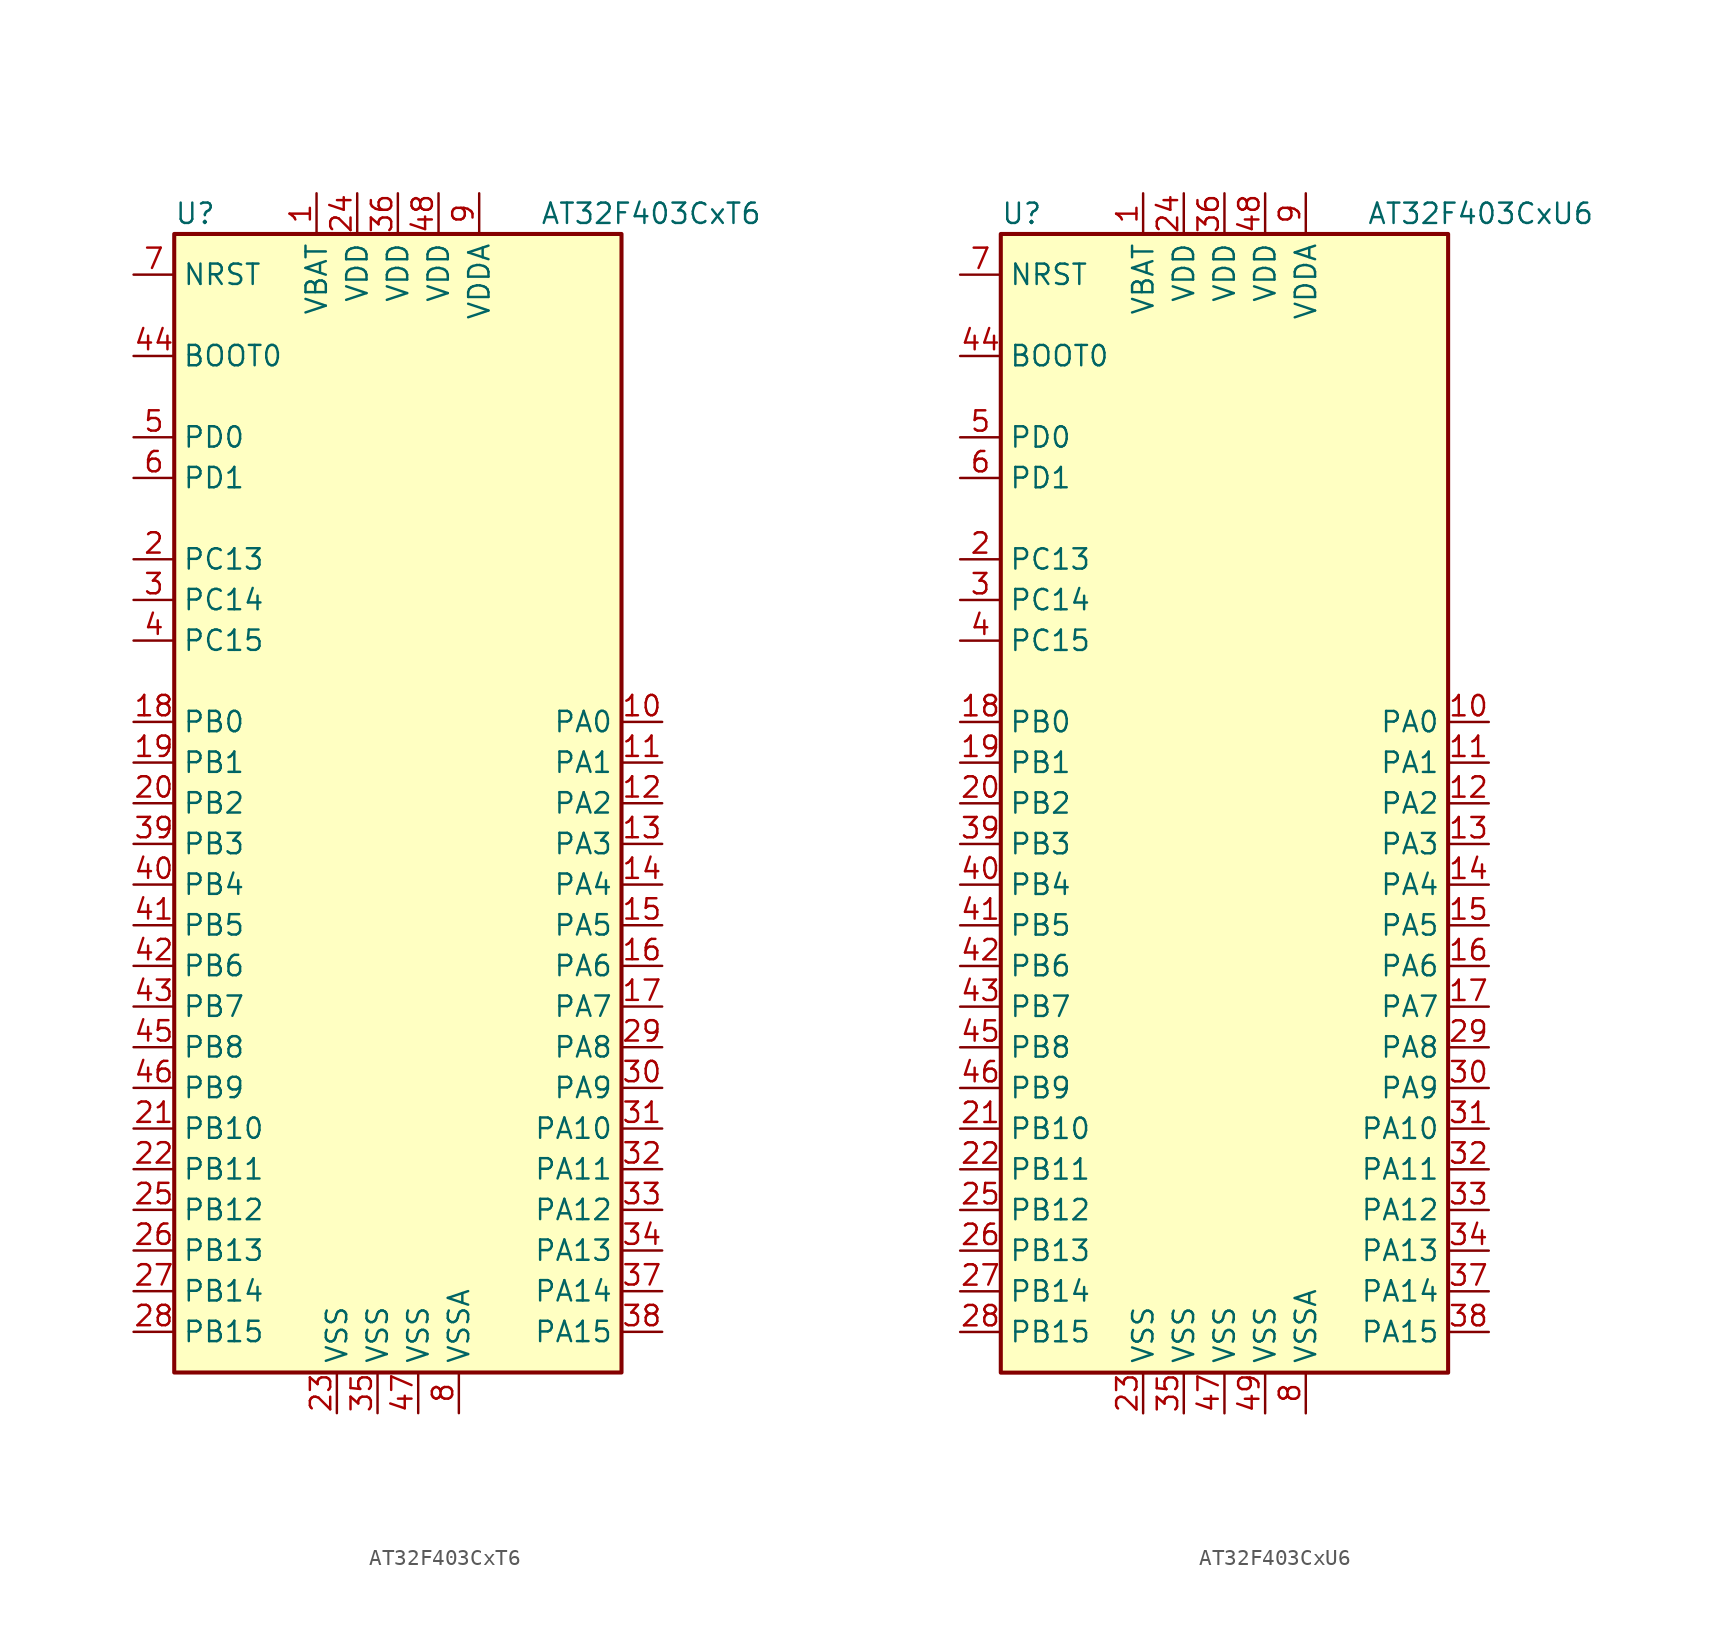
<source format=kicad_sym>
(kicad_symbol_lib
  (version 20220331)
  (generator kicad_symbol_editor)
  (symbol "AT32F403CxT6"
    (property "Reference" "U"
      (at -13.97 36.83 0)
      (effects (font (size 1.27 1.27)) (justify left)))
    (property "Value" "AT32F403CxT6"
      (at 8.89 36.83 0)
      (effects (font (size 1.27 1.27)) (justify left)))
    (symbol "AT32F403CxT6_0_1"
      (rectangle (start -13.97 -35.56) (end 13.97 35.56) (stroke (width 0.254) (type default)) (fill (type background))))
    (symbol "AT32F403CxT6_1_1"
      (pin power_in line (at -5.08 38.1 270) (length 2.54) (name "VBAT" (effects (font (size 1.27 1.27)))) (number "1" (effects (font (size 1.27 1.27)))))
      (pin bidirectional line (at 16.51 5.08 180) (length 2.54) (name "PA0" (effects (font (size 1.27 1.27)))) (number "10" (effects (font (size 1.27 1.27)))))
      (pin bidirectional line (at 16.51 2.54 180) (length 2.54) (name "PA1" (effects (font (size 1.27 1.27)))) (number "11" (effects (font (size 1.27 1.27)))))
      (pin bidirectional line (at 16.51 0 180) (length 2.54) (name "PA2" (effects (font (size 1.27 1.27)))) (number "12" (effects (font (size 1.27 1.27)))))
      (pin bidirectional line (at 16.51 -2.54 180) (length 2.54) (name "PA3" (effects (font (size 1.27 1.27)))) (number "13" (effects (font (size 1.27 1.27)))))
      (pin bidirectional line (at 16.51 -5.08 180) (length 2.54) (name "PA4" (effects (font (size 1.27 1.27)))) (number "14" (effects (font (size 1.27 1.27)))))
      (pin bidirectional line (at 16.51 -7.62 180) (length 2.54) (name "PA5" (effects (font (size 1.27 1.27)))) (number "15" (effects (font (size 1.27 1.27)))))
      (pin bidirectional line (at 16.51 -10.16 180) (length 2.54) (name "PA6" (effects (font (size 1.27 1.27)))) (number "16" (effects (font (size 1.27 1.27)))))
      (pin bidirectional line (at 16.51 -12.7 180) (length 2.54) (name "PA7" (effects (font (size 1.27 1.27)))) (number "17" (effects (font (size 1.27 1.27)))))
      (pin bidirectional line (at -16.51 5.08 0) (length 2.54) (name "PB0" (effects (font (size 1.27 1.27)))) (number "18" (effects (font (size 1.27 1.27)))))
      (pin bidirectional line (at -16.51 2.54 0) (length 2.54) (name "PB1" (effects (font (size 1.27 1.27)))) (number "19" (effects (font (size 1.27 1.27)))))
      (pin bidirectional line (at -16.51 15.24 0) (length 2.54) (name "PC13" (effects (font (size 1.27 1.27)))) (number "2" (effects (font (size 1.27 1.27)))))
      (pin bidirectional line (at -16.51 0 0) (length 2.54) (name "PB2" (effects (font (size 1.27 1.27)))) (number "20" (effects (font (size 1.27 1.27)))))
      (pin bidirectional line (at -16.51 -20.32 0) (length 2.54) (name "PB10" (effects (font (size 1.27 1.27)))) (number "21" (effects (font (size 1.27 1.27)))))
      (pin bidirectional line (at -16.51 -22.86 0) (length 2.54) (name "PB11" (effects (font (size 1.27 1.27)))) (number "22" (effects (font (size 1.27 1.27)))))
      (pin power_in line (at -3.81 -38.1 90) (length 2.54) (name "VSS" (effects (font (size 1.27 1.27)))) (number "23" (effects (font (size 1.27 1.27)))))
      (pin power_in line (at -2.54 38.1 270) (length 2.54) (name "VDD" (effects (font (size 1.27 1.27)))) (number "24" (effects (font (size 1.27 1.27)))))
      (pin bidirectional line (at -16.51 -25.4 0) (length 2.54) (name "PB12" (effects (font (size 1.27 1.27)))) (number "25" (effects (font (size 1.27 1.27)))))
      (pin bidirectional line (at -16.51 -27.94 0) (length 2.54) (name "PB13" (effects (font (size 1.27 1.27)))) (number "26" (effects (font (size 1.27 1.27)))))
      (pin bidirectional line (at -16.51 -30.48 0) (length 2.54) (name "PB14" (effects (font (size 1.27 1.27)))) (number "27" (effects (font (size 1.27 1.27)))))
      (pin bidirectional line (at -16.51 -33.02 0) (length 2.54) (name "PB15" (effects (font (size 1.27 1.27)))) (number "28" (effects (font (size 1.27 1.27)))))
      (pin bidirectional line (at 16.51 -15.24 180) (length 2.54) (name "PA8" (effects (font (size 1.27 1.27)))) (number "29" (effects (font (size 1.27 1.27)))))
      (pin bidirectional line (at -16.51 12.7 0) (length 2.54) (name "PC14" (effects (font (size 1.27 1.27)))) (number "3" (effects (font (size 1.27 1.27)))))
      (pin bidirectional line (at 16.51 -17.78 180) (length 2.54) (name "PA9" (effects (font (size 1.27 1.27)))) (number "30" (effects (font (size 1.27 1.27)))))
      (pin bidirectional line (at 16.51 -20.32 180) (length 2.54) (name "PA10" (effects (font (size 1.27 1.27)))) (number "31" (effects (font (size 1.27 1.27)))))
      (pin bidirectional line (at 16.51 -22.86 180) (length 2.54) (name "PA11" (effects (font (size 1.27 1.27)))) (number "32" (effects (font (size 1.27 1.27)))))
      (pin bidirectional line (at 16.51 -25.4 180) (length 2.54) (name "PA12" (effects (font (size 1.27 1.27)))) (number "33" (effects (font (size 1.27 1.27)))))
      (pin bidirectional line (at 16.51 -27.94 180) (length 2.54) (name "PA13" (effects (font (size 1.27 1.27)))) (number "34" (effects (font (size 1.27 1.27)))))
      (pin power_in line (at -1.27 -38.1 90) (length 2.54) (name "VSS" (effects (font (size 1.27 1.27)))) (number "35" (effects (font (size 1.27 1.27)))))
      (pin power_in line (at 0 38.1 270) (length 2.54) (name "VDD" (effects (font (size 1.27 1.27)))) (number "36" (effects (font (size 1.27 1.27)))))
      (pin bidirectional line (at 16.51 -30.48 180) (length 2.54) (name "PA14" (effects (font (size 1.27 1.27)))) (number "37" (effects (font (size 1.27 1.27)))))
      (pin bidirectional line (at 16.51 -33.02 180) (length 2.54) (name "PA15" (effects (font (size 1.27 1.27)))) (number "38" (effects (font (size 1.27 1.27)))))
      (pin bidirectional line (at -16.51 -2.54 0) (length 2.54) (name "PB3" (effects (font (size 1.27 1.27)))) (number "39" (effects (font (size 1.27 1.27)))))
      (pin bidirectional line (at -16.51 10.16 0) (length 2.54) (name "PC15" (effects (font (size 1.27 1.27)))) (number "4" (effects (font (size 1.27 1.27)))))
      (pin bidirectional line (at -16.51 -5.08 0) (length 2.54) (name "PB4" (effects (font (size 1.27 1.27)))) (number "40" (effects (font (size 1.27 1.27)))))
      (pin bidirectional line (at -16.51 -7.62 0) (length 2.54) (name "PB5" (effects (font (size 1.27 1.27)))) (number "41" (effects (font (size 1.27 1.27)))))
      (pin bidirectional line (at -16.51 -10.16 0) (length 2.54) (name "PB6" (effects (font (size 1.27 1.27)))) (number "42" (effects (font (size 1.27 1.27)))))
      (pin bidirectional line (at -16.51 -12.7 0) (length 2.54) (name "PB7" (effects (font (size 1.27 1.27)))) (number "43" (effects (font (size 1.27 1.27)))))
      (pin input line (at -16.51 27.94 0) (length 2.54) (name "BOOT0" (effects (font (size 1.27 1.27)))) (number "44" (effects (font (size 1.27 1.27)))))
      (pin bidirectional line (at -16.51 -15.24 0) (length 2.54) (name "PB8" (effects (font (size 1.27 1.27)))) (number "45" (effects (font (size 1.27 1.27)))))
      (pin bidirectional line (at -16.51 -17.78 0) (length 2.54) (name "PB9" (effects (font (size 1.27 1.27)))) (number "46" (effects (font (size 1.27 1.27)))))
      (pin power_in line (at 1.27 -38.1 90) (length 2.54) (name "VSS" (effects (font (size 1.27 1.27)))) (number "47" (effects (font (size 1.27 1.27)))))
      (pin power_in line (at 2.54 38.1 270) (length 2.54) (name "VDD" (effects (font (size 1.27 1.27)))) (number "48" (effects (font (size 1.27 1.27)))))
      (pin input line (at -16.51 22.86 0) (length 2.54) (name "PD0" (effects (font (size 1.27 1.27)))) (number "5" (effects (font (size 1.27 1.27)))))
      (pin input line (at -16.51 20.32 0) (length 2.54) (name "PD1" (effects (font (size 1.27 1.27)))) (number "6" (effects (font (size 1.27 1.27)))))
      (pin input line (at -16.51 33.02 0) (length 2.54) (name "NRST" (effects (font (size 1.27 1.27)))) (number "7" (effects (font (size 1.27 1.27)))))
      (pin power_in line (at 3.81 -38.1 90) (length 2.54) (name "VSSA" (effects (font (size 1.27 1.27)))) (number "8" (effects (font (size 1.27 1.27)))))
      (pin power_in line (at 5.08 38.1 270) (length 2.54) (name "VDDA" (effects (font (size 1.27 1.27)))) (number "9" (effects (font (size 1.27 1.27)))))))
  (symbol "AT32F403CxU6"
    (property "Reference" "U"
      (at -13.97 36.83 0)
      (effects (font (size 1.27 1.27)) (justify left)))
    (property "Value" "AT32F403CxU6"
      (at 8.89 36.83 0)
      (effects (font (size 1.27 1.27)) (justify left)))
    (symbol "AT32F403CxU6_0_1"
      (rectangle (start -13.97 -35.56) (end 13.97 35.56) (stroke (width 0.254) (type default)) (fill (type background))))
    (symbol "AT32F403CxU6_1_1"
      (pin power_in line (at -5.08 38.1 270) (length 2.54) (name "VBAT" (effects (font (size 1.27 1.27)))) (number "1" (effects (font (size 1.27 1.27)))))
      (pin bidirectional line (at 16.51 5.08 180) (length 2.54) (name "PA0" (effects (font (size 1.27 1.27)))) (number "10" (effects (font (size 1.27 1.27)))))
      (pin bidirectional line (at 16.51 2.54 180) (length 2.54) (name "PA1" (effects (font (size 1.27 1.27)))) (number "11" (effects (font (size 1.27 1.27)))))
      (pin bidirectional line (at 16.51 0 180) (length 2.54) (name "PA2" (effects (font (size 1.27 1.27)))) (number "12" (effects (font (size 1.27 1.27)))))
      (pin bidirectional line (at 16.51 -2.54 180) (length 2.54) (name "PA3" (effects (font (size 1.27 1.27)))) (number "13" (effects (font (size 1.27 1.27)))))
      (pin bidirectional line (at 16.51 -5.08 180) (length 2.54) (name "PA4" (effects (font (size 1.27 1.27)))) (number "14" (effects (font (size 1.27 1.27)))))
      (pin bidirectional line (at 16.51 -7.62 180) (length 2.54) (name "PA5" (effects (font (size 1.27 1.27)))) (number "15" (effects (font (size 1.27 1.27)))))
      (pin bidirectional line (at 16.51 -10.16 180) (length 2.54) (name "PA6" (effects (font (size 1.27 1.27)))) (number "16" (effects (font (size 1.27 1.27)))))
      (pin bidirectional line (at 16.51 -12.7 180) (length 2.54) (name "PA7" (effects (font (size 1.27 1.27)))) (number "17" (effects (font (size 1.27 1.27)))))
      (pin bidirectional line (at -16.51 5.08 0) (length 2.54) (name "PB0" (effects (font (size 1.27 1.27)))) (number "18" (effects (font (size 1.27 1.27)))))
      (pin bidirectional line (at -16.51 2.54 0) (length 2.54) (name "PB1" (effects (font (size 1.27 1.27)))) (number "19" (effects (font (size 1.27 1.27)))))
      (pin bidirectional line (at -16.51 15.24 0) (length 2.54) (name "PC13" (effects (font (size 1.27 1.27)))) (number "2" (effects (font (size 1.27 1.27)))))
      (pin bidirectional line (at -16.51 0 0) (length 2.54) (name "PB2" (effects (font (size 1.27 1.27)))) (number "20" (effects (font (size 1.27 1.27)))))
      (pin bidirectional line (at -16.51 -20.32 0) (length 2.54) (name "PB10" (effects (font (size 1.27 1.27)))) (number "21" (effects (font (size 1.27 1.27)))))
      (pin bidirectional line (at -16.51 -22.86 0) (length 2.54) (name "PB11" (effects (font (size 1.27 1.27)))) (number "22" (effects (font (size 1.27 1.27)))))
      (pin power_in line (at -5.08 -38.1 90) (length 2.54) (name "VSS" (effects (font (size 1.27 1.27)))) (number "23" (effects (font (size 1.27 1.27)))))
      (pin power_in line (at -2.54 38.1 270) (length 2.54) (name "VDD" (effects (font (size 1.27 1.27)))) (number "24" (effects (font (size 1.27 1.27)))))
      (pin bidirectional line (at -16.51 -25.4 0) (length 2.54) (name "PB12" (effects (font (size 1.27 1.27)))) (number "25" (effects (font (size 1.27 1.27)))))
      (pin bidirectional line (at -16.51 -27.94 0) (length 2.54) (name "PB13" (effects (font (size 1.27 1.27)))) (number "26" (effects (font (size 1.27 1.27)))))
      (pin bidirectional line (at -16.51 -30.48 0) (length 2.54) (name "PB14" (effects (font (size 1.27 1.27)))) (number "27" (effects (font (size 1.27 1.27)))))
      (pin bidirectional line (at -16.51 -33.02 0) (length 2.54) (name "PB15" (effects (font (size 1.27 1.27)))) (number "28" (effects (font (size 1.27 1.27)))))
      (pin bidirectional line (at 16.51 -15.24 180) (length 2.54) (name "PA8" (effects (font (size 1.27 1.27)))) (number "29" (effects (font (size 1.27 1.27)))))
      (pin bidirectional line (at -16.51 12.7 0) (length 2.54) (name "PC14" (effects (font (size 1.27 1.27)))) (number "3" (effects (font (size 1.27 1.27)))))
      (pin bidirectional line (at 16.51 -17.78 180) (length 2.54) (name "PA9" (effects (font (size 1.27 1.27)))) (number "30" (effects (font (size 1.27 1.27)))))
      (pin bidirectional line (at 16.51 -20.32 180) (length 2.54) (name "PA10" (effects (font (size 1.27 1.27)))) (number "31" (effects (font (size 1.27 1.27)))))
      (pin bidirectional line (at 16.51 -22.86 180) (length 2.54) (name "PA11" (effects (font (size 1.27 1.27)))) (number "32" (effects (font (size 1.27 1.27)))))
      (pin bidirectional line (at 16.51 -25.4 180) (length 2.54) (name "PA12" (effects (font (size 1.27 1.27)))) (number "33" (effects (font (size 1.27 1.27)))))
      (pin bidirectional line (at 16.51 -27.94 180) (length 2.54) (name "PA13" (effects (font (size 1.27 1.27)))) (number "34" (effects (font (size 1.27 1.27)))))
      (pin power_in line (at -2.54 -38.1 90) (length 2.54) (name "VSS" (effects (font (size 1.27 1.27)))) (number "35" (effects (font (size 1.27 1.27)))))
      (pin power_in line (at 0 38.1 270) (length 2.54) (name "VDD" (effects (font (size 1.27 1.27)))) (number "36" (effects (font (size 1.27 1.27)))))
      (pin bidirectional line (at 16.51 -30.48 180) (length 2.54) (name "PA14" (effects (font (size 1.27 1.27)))) (number "37" (effects (font (size 1.27 1.27)))))
      (pin bidirectional line (at 16.51 -33.02 180) (length 2.54) (name "PA15" (effects (font (size 1.27 1.27)))) (number "38" (effects (font (size 1.27 1.27)))))
      (pin bidirectional line (at -16.51 -2.54 0) (length 2.54) (name "PB3" (effects (font (size 1.27 1.27)))) (number "39" (effects (font (size 1.27 1.27)))))
      (pin bidirectional line (at -16.51 10.16 0) (length 2.54) (name "PC15" (effects (font (size 1.27 1.27)))) (number "4" (effects (font (size 1.27 1.27)))))
      (pin bidirectional line (at -16.51 -5.08 0) (length 2.54) (name "PB4" (effects (font (size 1.27 1.27)))) (number "40" (effects (font (size 1.27 1.27)))))
      (pin bidirectional line (at -16.51 -7.62 0) (length 2.54) (name "PB5" (effects (font (size 1.27 1.27)))) (number "41" (effects (font (size 1.27 1.27)))))
      (pin bidirectional line (at -16.51 -10.16 0) (length 2.54) (name "PB6" (effects (font (size 1.27 1.27)))) (number "42" (effects (font (size 1.27 1.27)))))
      (pin bidirectional line (at -16.51 -12.7 0) (length 2.54) (name "PB7" (effects (font (size 1.27 1.27)))) (number "43" (effects (font (size 1.27 1.27)))))
      (pin input line (at -16.51 27.94 0) (length 2.54) (name "BOOT0" (effects (font (size 1.27 1.27)))) (number "44" (effects (font (size 1.27 1.27)))))
      (pin bidirectional line (at -16.51 -15.24 0) (length 2.54) (name "PB8" (effects (font (size 1.27 1.27)))) (number "45" (effects (font (size 1.27 1.27)))))
      (pin bidirectional line (at -16.51 -17.78 0) (length 2.54) (name "PB9" (effects (font (size 1.27 1.27)))) (number "46" (effects (font (size 1.27 1.27)))))
      (pin power_in line (at 0 -38.1 90) (length 2.54) (name "VSS" (effects (font (size 1.27 1.27)))) (number "47" (effects (font (size 1.27 1.27)))))
      (pin power_in line (at 2.54 38.1 270) (length 2.54) (name "VDD" (effects (font (size 1.27 1.27)))) (number "48" (effects (font (size 1.27 1.27)))))
      (pin power_in line (at 2.54 -38.1 90) (length 2.54) (name "VSS" (effects (font (size 1.27 1.27)))) (number "49" (effects (font (size 1.27 1.27)))))
      (pin input line (at -16.51 22.86 0) (length 2.54) (name "PD0" (effects (font (size 1.27 1.27)))) (number "5" (effects (font (size 1.27 1.27)))))
      (pin input line (at -16.51 20.32 0) (length 2.54) (name "PD1" (effects (font (size 1.27 1.27)))) (number "6" (effects (font (size 1.27 1.27)))))
      (pin input line (at -16.51 33.02 0) (length 2.54) (name "NRST" (effects (font (size 1.27 1.27)))) (number "7" (effects (font (size 1.27 1.27)))))
      (pin power_in line (at 5.08 -38.1 90) (length 2.54) (name "VSSA" (effects (font (size 1.27 1.27)))) (number "8" (effects (font (size 1.27 1.27)))))
      (pin power_in line (at 5.08 38.1 270) (length 2.54) (name "VDDA" (effects (font (size 1.27 1.27)))) (number "9" (effects (font (size 1.27 1.27))))))))
</source>
